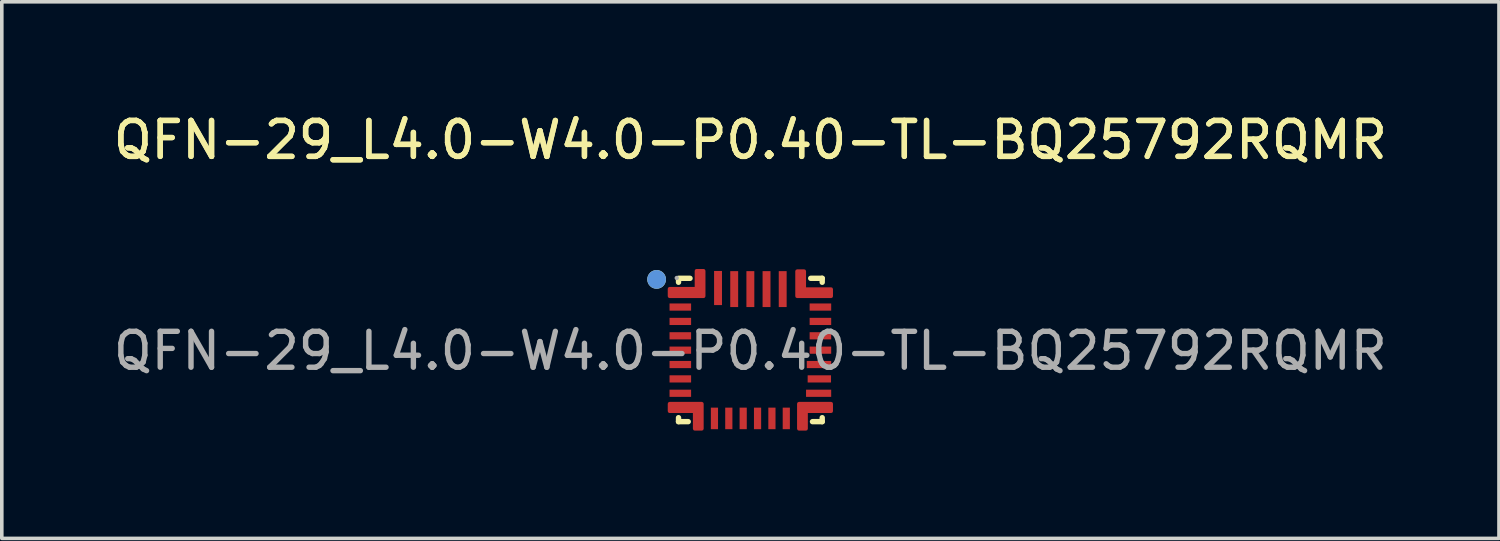
<source format=kicad_pcb>
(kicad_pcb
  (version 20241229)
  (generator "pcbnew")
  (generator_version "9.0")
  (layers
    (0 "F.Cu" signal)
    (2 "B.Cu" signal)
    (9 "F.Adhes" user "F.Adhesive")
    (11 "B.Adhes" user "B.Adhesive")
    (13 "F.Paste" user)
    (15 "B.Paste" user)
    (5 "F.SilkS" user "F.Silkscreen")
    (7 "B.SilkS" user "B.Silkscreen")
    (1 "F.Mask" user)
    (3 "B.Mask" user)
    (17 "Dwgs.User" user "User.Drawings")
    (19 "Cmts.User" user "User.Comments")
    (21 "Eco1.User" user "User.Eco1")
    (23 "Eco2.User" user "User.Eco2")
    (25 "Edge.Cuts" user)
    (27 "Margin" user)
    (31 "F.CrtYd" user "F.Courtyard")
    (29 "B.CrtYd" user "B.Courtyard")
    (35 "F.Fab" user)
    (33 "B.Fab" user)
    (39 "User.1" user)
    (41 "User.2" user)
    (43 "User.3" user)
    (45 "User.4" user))
  (footprint "QFN-29_L4.0-W4.0-P0.40-TL-BQ25792RQMR"
    (layer "F.Cu")
    (at 17.839 6.718)
    (property "Reference" "QFN-29_L4.0-W4.0-P0.40-TL-BQ25792RQMR" (at 0 -5.87 0) (layer "F.SilkS") (effects (font (size 1 1) (thickness 0.15))))
    (attr smd)
    (fp_line (start -2 -2.02) (end -1.68 -2.02) (stroke (width 0.15) (type solid)) (layer "F.SilkS"))
    (fp_line (start -2 -1.91) (end -2 -2) (stroke (width 0.15) (type solid)) (layer "F.SilkS"))
    (fp_line (start -2 1.97) (end -2 1.86) (stroke (width 0.15) (type solid)) (layer "F.SilkS"))
    (fp_line (start -1.73 1.97) (end -2 1.97) (stroke (width 0.15) (type solid)) (layer "F.SilkS"))
    (fp_line (start 1.68 -2.02) (end 2 -2.02) (stroke (width 0.15) (type solid)) (layer "F.SilkS"))
    (fp_line (start 2 -2.02) (end 2 -1.91) (stroke (width 0.15) (type solid)) (layer "F.SilkS"))
    (fp_line (start 2 1.86) (end 2 1.97) (stroke (width 0.15) (type solid)) (layer "F.SilkS"))
    (fp_line (start 2 1.97) (end 1.73 1.97) (stroke (width 0.15) (type solid)) (layer "F.SilkS"))
    (fp_circle (center -2.61 -1.99) (end -2.48 -1.99) (stroke (width 0.26) (type solid)) (fill no) (layer "F.SilkS"))
    (fp_circle (center -2.61 -1.99) (end -2.48 -1.99) (stroke (width 0.26) (type solid)) (fill no) (layer "Cmts.User"))
    (fp_circle (center -2.05 -2.03) (end -2.02 -2.03) (stroke (width 0.06) (type solid)) (fill no) (layer "F.Fab"))
    (fp_text user "${REFERENCE}" (at 0 -5.87 0) (layer "F.SilkS") (effects (font (size 1 1) (thickness 0.15))))
    (fp_text user "${REFERENCE}" (at 0 0 0) (layer "F.Fab") (effects (font (size 1 1) (thickness 0.15))))
    (pad "1" smd custom (at -1.77 -1.87) (size 0.01 0.01) (layers "F.Cu" "F.Mask" "F.Paste") (options (anchor circle)) (primitives (gr_poly (pts (xy 0.47 0.14) (xy 0.47 -0.36) (xy 0.27 -0.36) (xy 0.27 0.14) (xy -0.48 0.14) (xy -0.48 0.35) (xy 0.47 0.35) (xy 0.47 0.14)) (width 0.1) (fill yes))))
    (pad "2" smd rect (at -1.95 -1.22) (size 0.6 0.2) (layers "F.Cu" "F.Mask" "F.Paste"))
    (pad "3" smd rect (at -1.95 -0.82) (size 0.6 0.2) (layers "F.Cu" "F.Mask" "F.Paste"))
    (pad "4" smd rect (at -1.95 -0.42) (size 0.6 0.2) (layers "F.Cu" "F.Mask" "F.Paste"))
    (pad "5" smd rect (at -1.95 -0.02) (size 0.6 0.2) (layers "F.Cu" "F.Mask" "F.Paste"))
    (pad "6" smd rect (at -1.95 0.38) (size 0.6 0.2) (layers "F.Cu" "F.Mask" "F.Paste"))
    (pad "7" smd rect (at -1.95 0.78) (size 0.6 0.2) (layers "F.Cu" "F.Mask" "F.Paste"))
    (pad "8" smd rect (at -1.95 1.18) (size 0.6 0.2) (layers "F.Cu" "F.Mask" "F.Paste"))
    (pad "9" smd custom (at -1.8 1.83) (size 0.01 0.01) (layers "F.Cu" "F.Mask" "F.Paste") (options (anchor circle)) (primitives (gr_poly (pts (xy 0.45 -0.15) (xy 0.45 -0.36) (xy 0.25 -0.36) (xy -0.45 -0.36) (xy -0.45 -0.15) (xy 0.25 -0.15) (xy 0.25 0.34) (xy 0.45 0.34) (xy 0.45 -0.15)) (width 0.1) (fill yes))))
    (pad "10" smd rect (at -1 1.88) (size 0.2 0.6) (layers "F.Cu" "F.Mask" "F.Paste"))
    (pad "11" smd rect (at -0.6 1.88) (size 0.2 0.6) (layers "F.Cu" "F.Mask" "F.Paste"))
    (pad "12" smd rect (at -0.2 1.88) (size 0.2 0.6) (layers "F.Cu" "F.Mask" "F.Paste"))
    (pad "13" smd rect (at 0.2 1.88) (size 0.2 0.6) (layers "F.Cu" "F.Mask" "F.Paste"))
    (pad "14" smd rect (at 0.6 1.88) (size 0.2 0.6) (layers "F.Cu" "F.Mask" "F.Paste"))
    (pad "15" smd rect (at 1 1.88) (size 0.2 0.6) (layers "F.Cu" "F.Mask" "F.Paste"))
    (pad "16" smd custom (at 1.8 1.83) (size 0.01 0.01) (layers "F.Cu" "F.Mask" "F.Paste") (options (anchor circle)) (primitives (gr_poly (pts (xy 0.45 -0.15) (xy 0.45 -0.36) (xy -0.25 -0.36) (xy -0.45 -0.36) (xy -0.45 -0.15) (xy -0.45 0.34) (xy -0.25 0.34) (xy -0.25 -0.15) (xy 0.45 -0.15)) (width 0.1) (fill yes))))
    (pad "17" smd rect (at 1.9 1.18) (size 0.7 0.2) (layers "F.Cu" "F.Mask" "F.Paste"))
    (pad "18" smd rect (at 1.92 0.78) (size 0.65 0.2) (layers "F.Cu" "F.Mask" "F.Paste"))
    (pad "19" smd rect (at 1.91 0.38) (size 0.68 0.2) (layers "F.Cu" "F.Mask" "F.Paste"))
    (pad "20" smd rect (at 1.95 -0.02) (size 0.6 0.2) (layers "F.Cu" "F.Mask" "F.Paste"))
    (pad "21" smd rect (at 1.95 -0.42) (size 0.6 0.2) (layers "F.Cu" "F.Mask" "F.Paste"))
    (pad "22" smd rect (at 1.95 -0.82) (size 0.6 0.2) (layers "F.Cu" "F.Mask" "F.Paste"))
    (pad "23" smd rect (at 1.95 -1.22) (size 0.6 0.2) (layers "F.Cu" "F.Mask" "F.Paste"))
    (pad "24" smd custom (at 1.78 -1.87) (size 0.01 0.01) (layers "F.Cu" "F.Mask" "F.Paste") (options (anchor circle)) (primitives (gr_poly (pts (xy -0.28 0.15) (xy -0.28 -0.35) (xy -0.48 -0.35) (xy -0.48 0.15) (xy -0.48 0.35) (xy 0.47 0.35) (xy 0.47 0.15) (xy -0.28 0.15)) (width 0.1) (fill yes))))
    (pad "25" smd rect (at 0.9 -1.72) (size 0.22 1) (layers "F.Cu" "F.Mask" "F.Paste"))
    (pad "26" smd rect (at 0.45 -1.72) (size 0.22 1) (layers "F.Cu" "F.Mask" "F.Paste"))
    (pad "27" smd rect (at 0 -1.72) (size 0.22 1) (layers "F.Cu" "F.Mask" "F.Paste"))
    (pad "28" smd rect (at -0.45 -1.72) (size 0.22 1) (layers "F.Cu" "F.Mask" "F.Paste"))
    (pad "29" smd rect (at -0.9 -1.75) (size 0.22 0.95) (layers "F.Cu" "F.Mask" "F.Paste")))
  (gr_rect
    (start -3 -3)
    (end 38.679 11.938)
    (stroke (width 0.1) (type default))
    (fill no)
    (layer "Edge.Cuts")))
</source>
